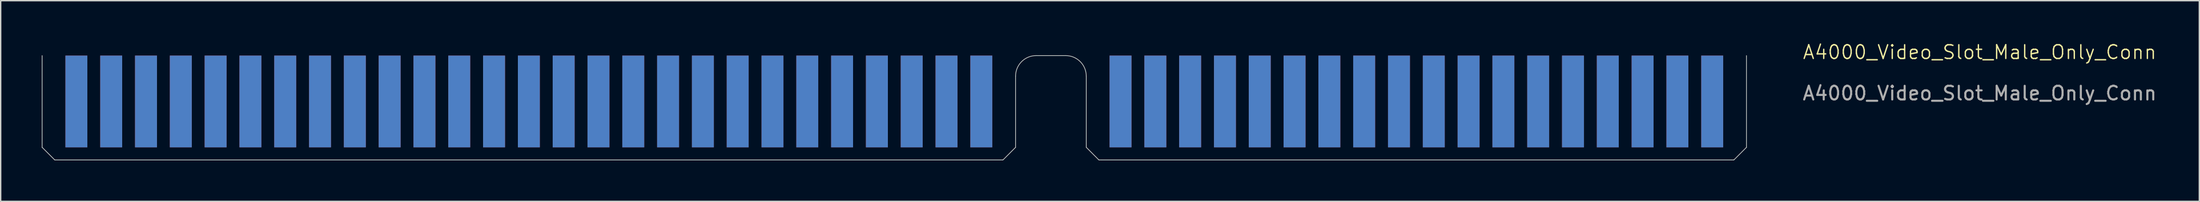
<source format=kicad_pcb>
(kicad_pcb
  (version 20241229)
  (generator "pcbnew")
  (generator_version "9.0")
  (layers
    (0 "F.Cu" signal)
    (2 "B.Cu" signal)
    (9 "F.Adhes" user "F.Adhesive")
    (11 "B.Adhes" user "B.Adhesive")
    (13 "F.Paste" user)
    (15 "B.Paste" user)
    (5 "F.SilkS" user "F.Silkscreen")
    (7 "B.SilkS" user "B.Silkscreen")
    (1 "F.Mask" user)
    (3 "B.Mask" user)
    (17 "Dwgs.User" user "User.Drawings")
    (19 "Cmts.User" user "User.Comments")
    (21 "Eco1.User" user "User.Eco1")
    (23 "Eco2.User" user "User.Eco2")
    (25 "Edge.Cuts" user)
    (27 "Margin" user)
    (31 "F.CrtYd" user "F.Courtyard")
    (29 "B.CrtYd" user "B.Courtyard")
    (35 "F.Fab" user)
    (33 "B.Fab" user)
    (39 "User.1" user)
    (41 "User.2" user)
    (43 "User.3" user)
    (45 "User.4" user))
  (footprint "A4000_Video_Slot_Male_Only_Conn"
    (layer "F.Cu")
    (at 141.425 1.26)
    (property "Reference" "A4000_Video_Slot_Male_Only_Conn" (at 0 -0.5 0) (unlocked yes) (layer "F.SilkS") (effects (font (size 1 1) (thickness 0.1))))
    (attr smd)
    (fp_line (start -141.4 6.45) (end -141.4 -0.25) (stroke (width 0.05) (type default)) (layer "Edge.Cuts"))
    (fp_line (start -140.481 7.37) (end -141.399 6.45) (stroke (width 0.05) (type default)) (layer "Edge.Cuts"))
    (fp_line (start -71.279 7.37) (end -140.481 7.37) (stroke (width 0.05) (type default)) (layer "Edge.Cuts"))
    (fp_line (start -71.279 7.37) (end -70.361 6.45) (stroke (width 0.05) (type default)) (layer "Edge.Cuts"))
    (fp_line (start -70.36 1.251) (end -70.36 6.45) (stroke (width 0.05) (type default)) (layer "Edge.Cuts"))
    (fp_line (start -66.701 -0.249) (end -68.859 -0.249) (stroke (width 0.05) (type default)) (layer "Edge.Cuts"))
    (fp_line (start -65.2 6.45) (end -65.2 1.251) (stroke (width 0.05) (type default)) (layer "Edge.Cuts"))
    (fp_line (start -64.281 7.37) (end -65.2 6.45) (stroke (width 0.05) (type default)) (layer "Edge.Cuts"))
    (fp_line (start -17.939 7.37) (end -64.281 7.37) (stroke (width 0.05) (type default)) (layer "Edge.Cuts"))
    (fp_line (start -17.939 7.37) (end -17.02 6.45) (stroke (width 0.05) (type default)) (layer "Edge.Cuts"))
    (fp_line (start -17.02 -0.25) (end -17.02 6.45) (stroke (width 0.05) (type default)) (layer "Edge.Cuts"))
    (fp_arc (start -70.35934 1.25066) (mid -69.92 0.19) (end -68.85934 -0.24934) (stroke (width 0.05) (type default)) (layer "Edge.Cuts"))
    (fp_arc (start -66.70066 -0.24934) (mid -65.64 0.19) (end -65.20066 1.25066) (stroke (width 0.05) (type default)) (layer "Edge.Cuts"))
    (fp_text user "${REFERENCE}" (at 0 2.5 0) (unlocked yes) (layer "F.Fab") (effects (font (size 1 1) (thickness 0.15))))
    (pad "F1" connect rect (at -72.86 3.1) (size 1.6 6.7) (layers "B.Cu" "B.Mask"))
    (pad "F2" connect rect (at -72.86 3.1) (size 1.6 6.7) (layers "F.Cu" "F.Mask"))
    (pad "F3" connect rect (at -75.4 3.1) (size 1.6 6.7) (layers "B.Cu" "B.Mask"))
    (pad "F4" connect rect (at -75.4 3.1) (size 1.6 6.7) (layers "F.Cu" "F.Mask"))
    (pad "F5" connect rect (at -77.94 3.1) (size 1.6 6.7) (layers "B.Cu" "B.Mask"))
    (pad "F6" connect rect (at -77.94 3.1) (size 1.6 6.7) (layers "F.Cu" "F.Mask"))
    (pad "F7" connect rect (at -80.48 3.1) (size 1.6 6.7) (layers "B.Cu" "B.Mask"))
    (pad "F8" connect rect (at -80.48 3.1) (size 1.6 6.7) (layers "F.Cu" "F.Mask"))
    (pad "F9" connect rect (at -83.02 3.1) (size 1.6 6.7) (layers "B.Cu" "B.Mask"))
    (pad "F10" connect rect (at -83.02 3.1) (size 1.6 6.7) (layers "F.Cu" "F.Mask"))
    (pad "F11" connect rect (at -85.56 3.1) (size 1.6 6.7) (layers "B.Cu" "B.Mask"))
    (pad "F12" connect rect (at -85.56 3.1) (size 1.6 6.7) (layers "F.Cu" "F.Mask"))
    (pad "F13" connect rect (at -88.1 3.1) (size 1.6 6.7) (layers "B.Cu" "B.Mask"))
    (pad "F14" connect rect (at -88.1 3.1) (size 1.6 6.7) (layers "F.Cu" "F.Mask"))
    (pad "F15" connect rect (at -90.64 3.1) (size 1.6 6.7) (layers "B.Cu" "B.Mask"))
    (pad "F16" connect rect (at -90.64 3.1) (size 1.6 6.7) (layers "F.Cu" "F.Mask"))
    (pad "F17" connect rect (at -93.18 3.1) (size 1.6 6.7) (layers "B.Cu" "B.Mask"))
    (pad "F18" connect rect (at -93.18 3.1) (size 1.6 6.7) (layers "F.Cu" "F.Mask"))
    (pad "F19" connect rect (at -95.72 3.1) (size 1.6 6.7) (layers "B.Cu" "B.Mask"))
    (pad "F20" connect rect (at -95.72 3.1) (size 1.6 6.7) (layers "F.Cu" "F.Mask"))
    (pad "F21" connect rect (at -98.26 3.1) (size 1.6 6.7) (layers "B.Cu" "B.Mask"))
    (pad "F22" connect rect (at -98.26 3.1) (size 1.6 6.7) (layers "F.Cu" "F.Mask"))
    (pad "F23" connect rect (at -100.8 3.1) (size 1.6 6.7) (layers "B.Cu" "B.Mask"))
    (pad "F24" connect rect (at -100.8 3.1) (size 1.6 6.7) (layers "F.Cu" "F.Mask"))
    (pad "F25" connect rect (at -103.34 3.1) (size 1.6 6.7) (layers "B.Cu" "B.Mask"))
    (pad "F26" connect rect (at -103.34 3.1) (size 1.6 6.7) (layers "F.Cu" "F.Mask"))
    (pad "F27" connect rect (at -105.88 3.1) (size 1.6 6.7) (layers "B.Cu" "B.Mask"))
    (pad "F28" connect rect (at -105.88 3.1) (size 1.6 6.7) (layers "F.Cu" "F.Mask"))
    (pad "F29" connect rect (at -108.42 3.1) (size 1.6 6.7) (layers "B.Cu" "B.Mask"))
    (pad "F30" connect rect (at -108.42 3.1) (size 1.6 6.7) (layers "F.Cu" "F.Mask"))
    (pad "F31" connect rect (at -110.96 3.1) (size 1.6 6.7) (layers "B.Cu" "B.Mask"))
    (pad "F32" connect rect (at -110.96 3.1) (size 1.6 6.7) (layers "F.Cu" "F.Mask"))
    (pad "F33" connect rect (at -113.5 3.1) (size 1.6 6.7) (layers "B.Cu" "B.Mask"))
    (pad "F34" connect rect (at -113.5 3.1) (size 1.6 6.7) (layers "F.Cu" "F.Mask"))
    (pad "F35" connect rect (at -116.04 3.1) (size 1.6 6.7) (layers "B.Cu" "B.Mask"))
    (pad "F36" connect rect (at -116.04 3.1) (size 1.6 6.7) (layers "F.Cu" "F.Mask"))
    (pad "F37" connect rect (at -118.58 3.1) (size 1.6 6.7) (layers "B.Cu" "B.Mask"))
    (pad "F38" connect rect (at -118.58 3.1) (size 1.6 6.7) (layers "F.Cu" "F.Mask"))
    (pad "F39" connect rect (at -121.12 3.1) (size 1.6 6.7) (layers "B.Cu" "B.Mask"))
    (pad "F40" connect rect (at -121.12 3.1) (size 1.6 6.7) (layers "F.Cu" "F.Mask"))
    (pad "F41" connect rect (at -123.66 3.1) (size 1.6 6.7) (layers "B.Cu" "B.Mask"))
    (pad "F42" connect rect (at -123.66 3.1) (size 1.6 6.7) (layers "F.Cu" "F.Mask"))
    (pad "F43" connect rect (at -126.2 3.1) (size 1.6 6.7) (layers "B.Cu" "B.Mask"))
    (pad "F44" connect rect (at -126.2 3.1) (size 1.6 6.7) (layers "F.Cu" "F.Mask"))
    (pad "F45" connect rect (at -128.74 3.1) (size 1.6 6.7) (layers "B.Cu" "B.Mask"))
    (pad "F46" connect rect (at -128.74 3.1) (size 1.6 6.7) (layers "F.Cu" "F.Mask"))
    (pad "F47" connect rect (at -131.28 3.1) (size 1.6 6.7) (layers "B.Cu" "B.Mask"))
    (pad "F48" connect rect (at -131.28 3.1) (size 1.6 6.7) (layers "F.Cu" "F.Mask"))
    (pad "F49" connect rect (at -133.82 3.1) (size 1.6 6.7) (layers "B.Cu" "B.Mask"))
    (pad "F50" connect rect (at -133.82 3.1) (size 1.6 6.7) (layers "F.Cu" "F.Mask"))
    (pad "F51" connect rect (at -136.36 3.1) (size 1.6 6.7) (layers "B.Cu" "B.Mask"))
    (pad "F52" connect rect (at -136.36 3.1) (size 1.6 6.7) (layers "F.Cu" "F.Mask"))
    (pad "F53" connect rect (at -138.9 3.1) (size 1.6 6.7) (layers "B.Cu" "B.Mask"))
    (pad "F54" connect rect (at -138.9 3.1) (size 1.6 6.7) (layers "F.Cu" "F.Mask"))
    (pad "R1" connect rect (at -19.52 3.1) (size 1.6 6.7) (layers "B.Cu" "B.Mask"))
    (pad "R2" connect rect (at -19.52 3.1) (size 1.6 6.7) (layers "F.Cu" "F.Mask"))
    (pad "R3" connect rect (at -22.06 3.1) (size 1.6 6.7) (layers "B.Cu" "B.Mask"))
    (pad "R4" connect rect (at -22.06 3.1) (size 1.6 6.7) (layers "F.Cu" "F.Mask"))
    (pad "R5" connect rect (at -24.6 3.1) (size 1.6 6.7) (layers "B.Cu" "B.Mask"))
    (pad "R6" connect rect (at -24.6 3.1) (size 1.6 6.7) (layers "F.Cu" "F.Mask"))
    (pad "R7" connect rect (at -27.14 3.1) (size 1.6 6.7) (layers "B.Cu" "B.Mask"))
    (pad "R8" connect rect (at -27.14 3.1) (size 1.6 6.7) (layers "F.Cu" "F.Mask"))
    (pad "R9" connect rect (at -29.68 3.1) (size 1.6 6.7) (layers "B.Cu" "B.Mask"))
    (pad "R10" connect rect (at -29.68 3.1) (size 1.6 6.7) (layers "F.Cu" "F.Mask"))
    (pad "R11" connect rect (at -32.22 3.1) (size 1.6 6.7) (layers "B.Cu" "B.Mask"))
    (pad "R12" connect rect (at -32.22 3.1) (size 1.6 6.7) (layers "F.Cu" "F.Mask"))
    (pad "R13" connect rect (at -34.76 3.1) (size 1.6 6.7) (layers "B.Cu" "B.Mask"))
    (pad "R14" connect rect (at -34.76 3.1) (size 1.6 6.7) (layers "F.Cu" "F.Mask"))
    (pad "R15" connect rect (at -37.3 3.1) (size 1.6 6.7) (layers "B.Cu" "B.Mask"))
    (pad "R16" connect rect (at -37.3 3.1) (size 1.6 6.7) (layers "F.Cu" "F.Mask"))
    (pad "R17" connect rect (at -39.84 3.1) (size 1.6 6.7) (layers "B.Cu" "B.Mask"))
    (pad "R18" connect rect (at -39.84 3.1) (size 1.6 6.7) (layers "F.Cu" "F.Mask"))
    (pad "R19" connect rect (at -42.38 3.1) (size 1.6 6.7) (layers "B.Cu" "B.Mask"))
    (pad "R20" connect rect (at -42.38 3.1) (size 1.6 6.7) (layers "F.Cu" "F.Mask"))
    (pad "R21" connect rect (at -44.92 3.1) (size 1.6 6.7) (layers "B.Cu" "B.Mask"))
    (pad "R22" connect rect (at -44.92 3.1) (size 1.6 6.7) (layers "F.Cu" "F.Mask"))
    (pad "R23" connect rect (at -47.46 3.1) (size 1.6 6.7) (layers "B.Cu" "B.Mask"))
    (pad "R24" connect rect (at -47.46 3.1) (size 1.6 6.7) (layers "F.Cu" "F.Mask"))
    (pad "R25" connect rect (at -50 3.1) (size 1.6 6.7) (layers "B.Cu" "B.Mask"))
    (pad "R26" connect rect (at -50 3.1) (size 1.6 6.7) (layers "F.Cu" "F.Mask"))
    (pad "R27" connect rect (at -52.54 3.1) (size 1.6 6.7) (layers "B.Cu" "B.Mask"))
    (pad "R28" connect rect (at -52.54 3.1) (size 1.6 6.7) (layers "F.Cu" "F.Mask"))
    (pad "R29" connect rect (at -55.08 3.1) (size 1.6 6.7) (layers "B.Cu" "B.Mask"))
    (pad "R30" connect rect (at -55.08 3.1) (size 1.6 6.7) (layers "F.Cu" "F.Mask"))
    (pad "R31" connect rect (at -57.62 3.1) (size 1.6 6.7) (layers "B.Cu" "B.Mask"))
    (pad "R32" connect rect (at -57.62 3.1) (size 1.6 6.7) (layers "F.Cu" "F.Mask"))
    (pad "R33" connect rect (at -60.16 3.1) (size 1.6 6.7) (layers "B.Cu" "B.Mask"))
    (pad "R34" connect rect (at -60.16 3.1) (size 1.6 6.7) (layers "F.Cu" "F.Mask"))
    (pad "R35" connect rect (at -62.7 3.1) (size 1.6 6.7) (layers "B.Cu" "B.Mask"))
    (pad "R36" connect rect (at -62.7 3.1) (size 1.6 6.7) (layers "F.Cu" "F.Mask")))
  (gr_rect
    (start -3 -3)
    (end 157.455 11.655)
    (stroke (width 0.1) (type default))
    (fill no)
    (layer "Edge.Cuts")))
</source>
